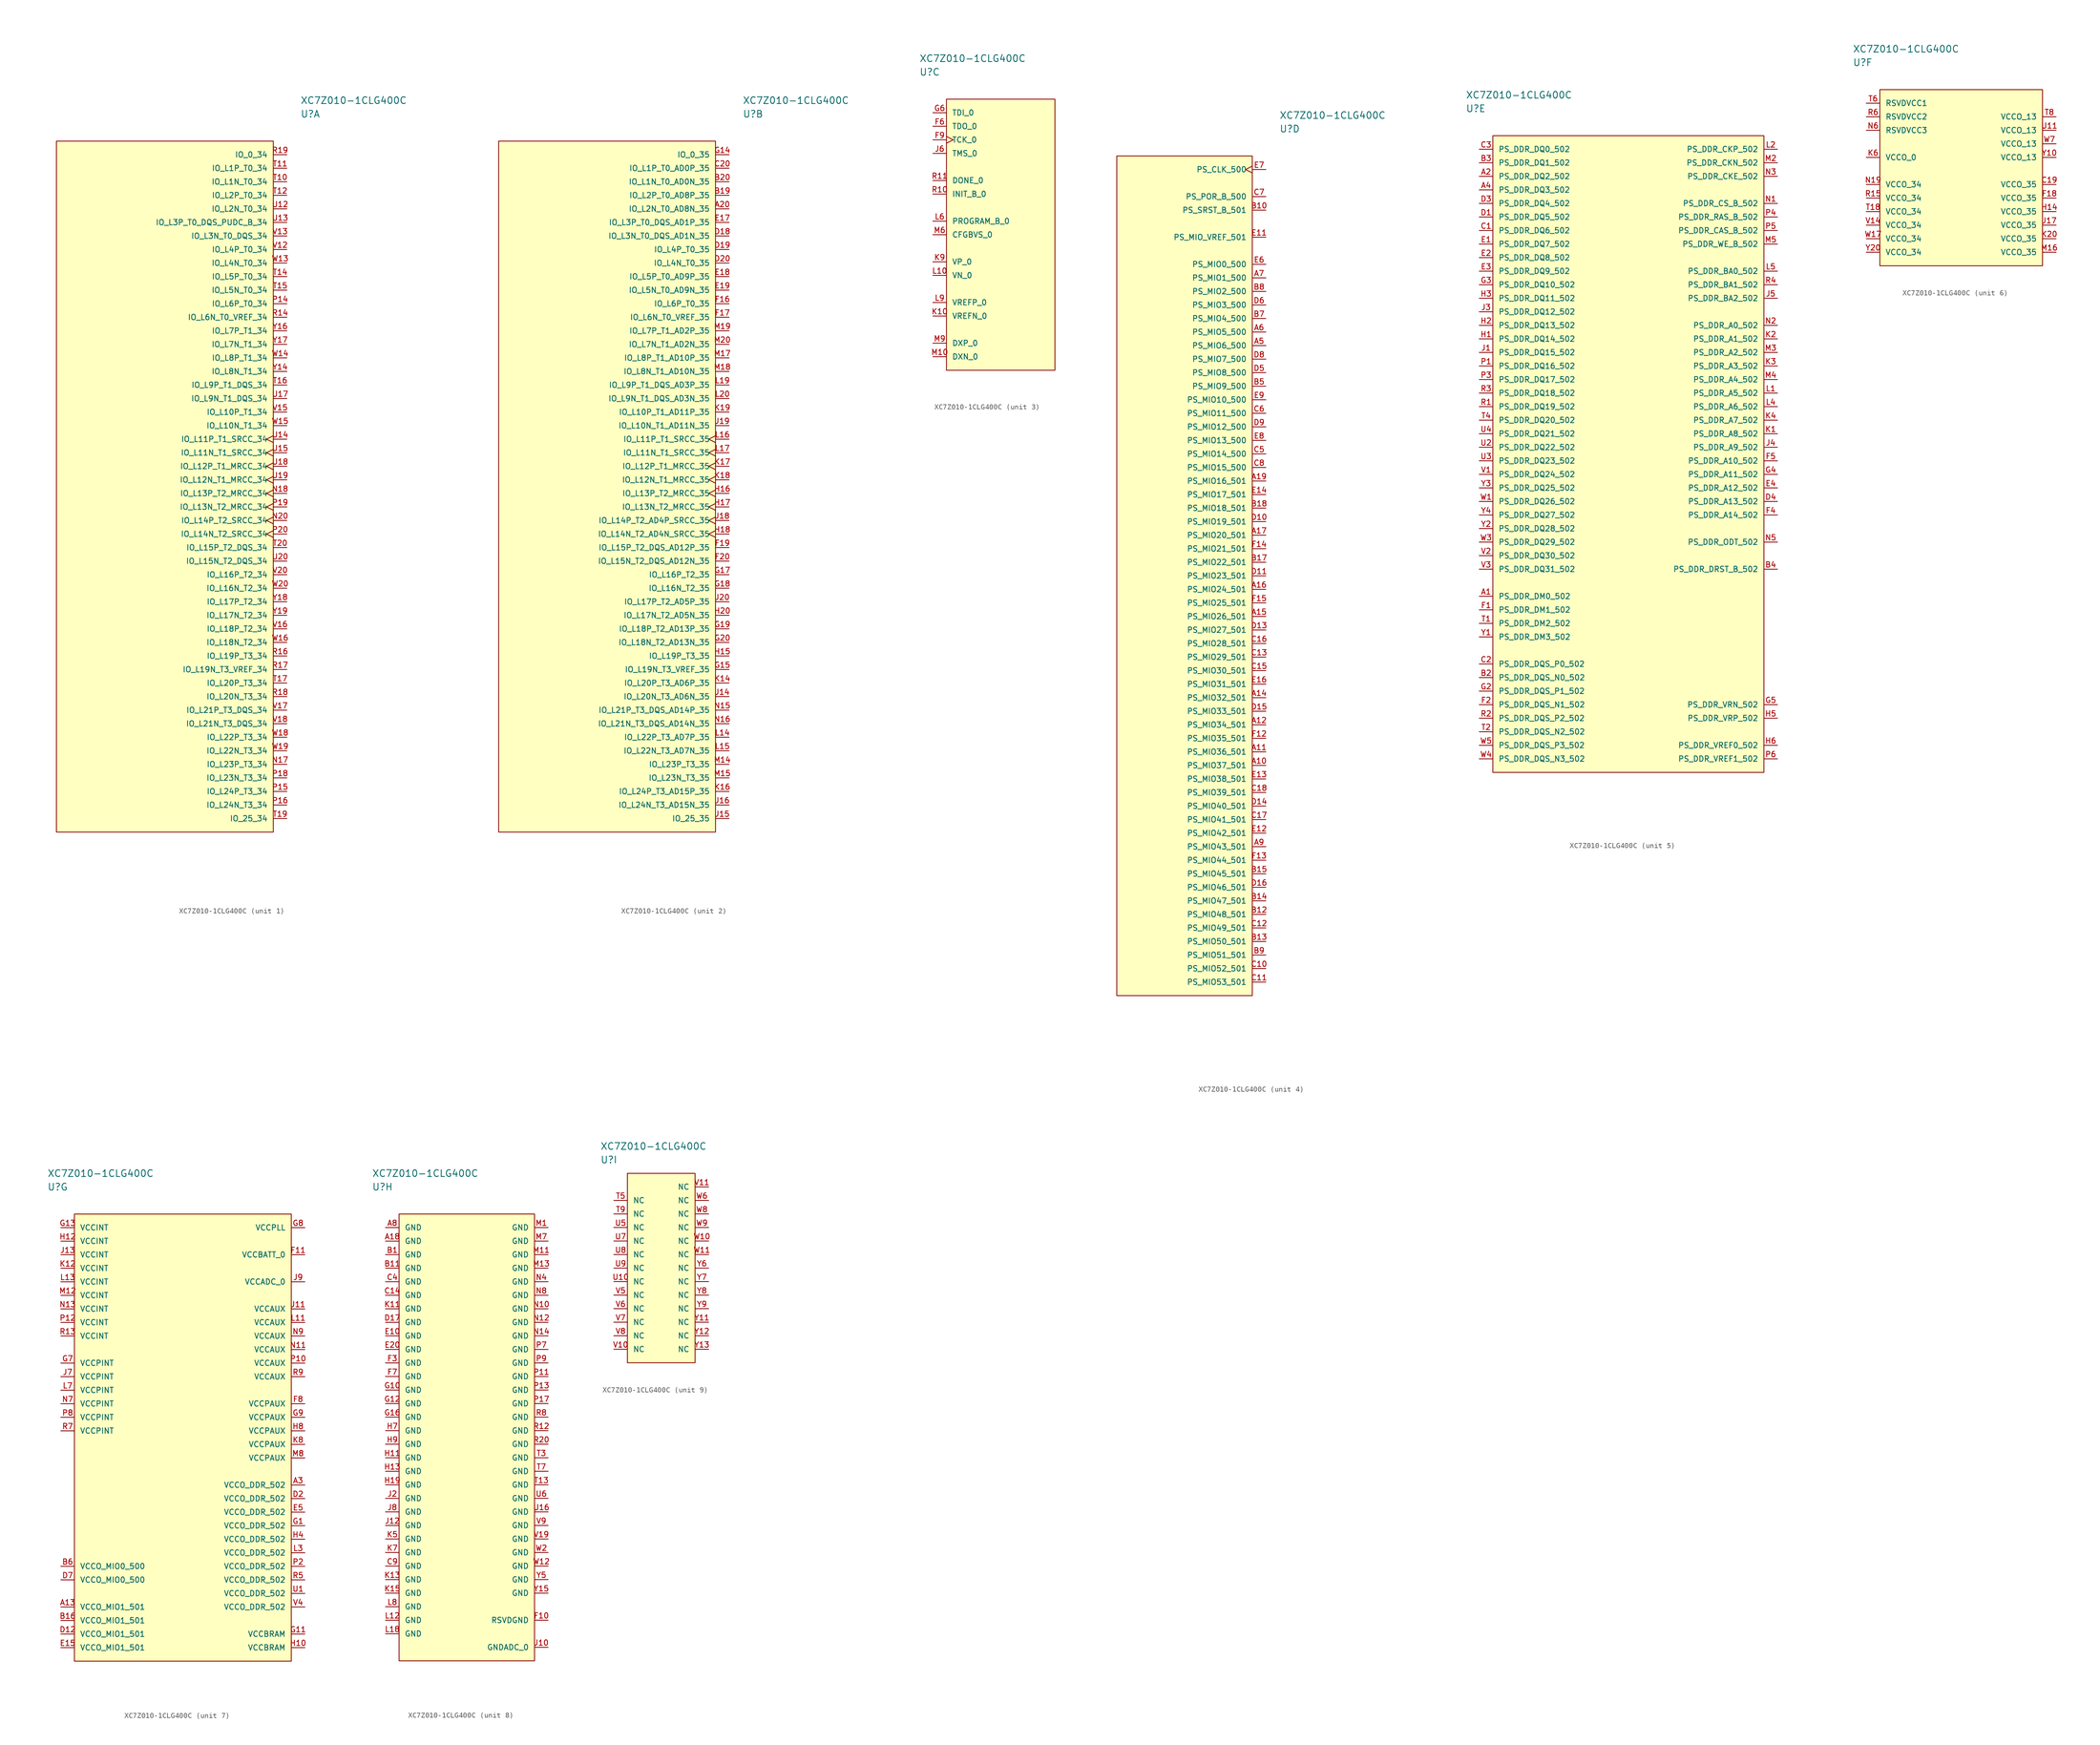
<source format=kicad_sym>
(kicad_symbol_lib
  (version 20211014)
  (generator kicad_symbol_editor)
  (symbol "XC7Z010-1CLG400C"
    (pin_names
      (offset 1.016))
    (property "Reference" "U"
      (at 0 7.62 0)
      (effects (font (size 1.27 1.27)) (justify left)))
    (property "Value" "XC7Z010-1CLG400C"
      (at 0 10.16 0)
      (effects (font (size 1.27 1.27)) (justify left)))
    (property "ki_locked" ""
      (at 0 0 0)
      (effects (font (size 1.27 1.27))))
    (symbol "XC7Z010-1CLG400C_1_1"
      (rectangle (start -45.72 2.54) (end -5.08 -127) (stroke (width 0) (type default) (color 0 0 0 0)) (fill (type background)))
      (pin bidirectional line (at -2.54 -114.3 180) (length 2.54) (name "IO_L23P_T3_34" (effects (font (size 1.016 1.016)))) (number "N17" (effects (font (size 1.016 1.016)))))
      (pin bidirectional clock (at -2.54 -63.5 180) (length 2.54) (name "IO_L13P_T2_MRCC_34" (effects (font (size 1.016 1.016)))) (number "N18" (effects (font (size 1.016 1.016)))))
      (pin bidirectional clock (at -2.54 -68.58 180) (length 2.54) (name "IO_L14P_T2_SRCC_34" (effects (font (size 1.016 1.016)))) (number "N20" (effects (font (size 1.016 1.016)))))
      (pin bidirectional line (at -2.54 -27.94 180) (length 2.54) (name "IO_L6P_T0_34" (effects (font (size 1.016 1.016)))) (number "P14" (effects (font (size 1.016 1.016)))))
      (pin bidirectional line (at -2.54 -119.38 180) (length 2.54) (name "IO_L24P_T3_34" (effects (font (size 1.016 1.016)))) (number "P15" (effects (font (size 1.016 1.016)))))
      (pin bidirectional line (at -2.54 -121.92 180) (length 2.54) (name "IO_L24N_T3_34" (effects (font (size 1.016 1.016)))) (number "P16" (effects (font (size 1.016 1.016)))))
      (pin bidirectional line (at -2.54 -116.84 180) (length 2.54) (name "IO_L23N_T3_34" (effects (font (size 1.016 1.016)))) (number "P18" (effects (font (size 1.016 1.016)))))
      (pin bidirectional clock (at -2.54 -66.04 180) (length 2.54) (name "IO_L13N_T2_MRCC_34" (effects (font (size 1.016 1.016)))) (number "P19" (effects (font (size 1.016 1.016)))))
      (pin bidirectional clock (at -2.54 -71.12 180) (length 2.54) (name "IO_L14N_T2_SRCC_34" (effects (font (size 1.016 1.016)))) (number "P20" (effects (font (size 1.016 1.016)))))
      (pin bidirectional line (at -2.54 -30.48 180) (length 2.54) (name "IO_L6N_T0_VREF_34" (effects (font (size 1.016 1.016)))) (number "R14" (effects (font (size 1.016 1.016)))))
      (pin bidirectional line (at -2.54 -93.98 180) (length 2.54) (name "IO_L19P_T3_34" (effects (font (size 1.016 1.016)))) (number "R16" (effects (font (size 1.016 1.016)))))
      (pin bidirectional line (at -2.54 -96.52 180) (length 2.54) (name "IO_L19N_T3_VREF_34" (effects (font (size 1.016 1.016)))) (number "R17" (effects (font (size 1.016 1.016)))))
      (pin bidirectional line (at -2.54 -101.6 180) (length 2.54) (name "IO_L20N_T3_34" (effects (font (size 1.016 1.016)))) (number "R18" (effects (font (size 1.016 1.016)))))
      (pin bidirectional line (at -2.54 0 180) (length 2.54) (name "IO_0_34" (effects (font (size 1.016 1.016)))) (number "R19" (effects (font (size 1.016 1.016)))))
      (pin bidirectional line (at -2.54 -5.08 180) (length 2.54) (name "IO_L1N_T0_34" (effects (font (size 1.016 1.016)))) (number "T10" (effects (font (size 1.016 1.016)))))
      (pin bidirectional line (at -2.54 -2.54 180) (length 2.54) (name "IO_L1P_T0_34" (effects (font (size 1.016 1.016)))) (number "T11" (effects (font (size 1.016 1.016)))))
      (pin bidirectional line (at -2.54 -7.62 180) (length 2.54) (name "IO_L2P_T0_34" (effects (font (size 1.016 1.016)))) (number "T12" (effects (font (size 1.016 1.016)))))
      (pin bidirectional line (at -2.54 -22.86 180) (length 2.54) (name "IO_L5P_T0_34" (effects (font (size 1.016 1.016)))) (number "T14" (effects (font (size 1.016 1.016)))))
      (pin bidirectional line (at -2.54 -25.4 180) (length 2.54) (name "IO_L5N_T0_34" (effects (font (size 1.016 1.016)))) (number "T15" (effects (font (size 1.016 1.016)))))
      (pin bidirectional line (at -2.54 -43.18 180) (length 2.54) (name "IO_L9P_T1_DQS_34" (effects (font (size 1.016 1.016)))) (number "T16" (effects (font (size 1.016 1.016)))))
      (pin bidirectional line (at -2.54 -99.06 180) (length 2.54) (name "IO_L20P_T3_34" (effects (font (size 1.016 1.016)))) (number "T17" (effects (font (size 1.016 1.016)))))
      (pin bidirectional line (at -2.54 -124.46 180) (length 2.54) (name "IO_25_34" (effects (font (size 1.016 1.016)))) (number "T19" (effects (font (size 1.016 1.016)))))
      (pin bidirectional line (at -2.54 -73.66 180) (length 2.54) (name "IO_L15P_T2_DQS_34" (effects (font (size 1.016 1.016)))) (number "T20" (effects (font (size 1.016 1.016)))))
      (pin bidirectional line (at -2.54 -10.16 180) (length 2.54) (name "IO_L2N_T0_34" (effects (font (size 1.016 1.016)))) (number "U12" (effects (font (size 1.016 1.016)))))
      (pin bidirectional line (at -2.54 -12.7 180) (length 2.54) (name "IO_L3P_T0_DQS_PUDC_B_34" (effects (font (size 1.016 1.016)))) (number "U13" (effects (font (size 1.016 1.016)))))
      (pin bidirectional clock (at -2.54 -53.34 180) (length 2.54) (name "IO_L11P_T1_SRCC_34" (effects (font (size 1.016 1.016)))) (number "U14" (effects (font (size 1.016 1.016)))))
      (pin bidirectional clock (at -2.54 -55.88 180) (length 2.54) (name "IO_L11N_T1_SRCC_34" (effects (font (size 1.016 1.016)))) (number "U15" (effects (font (size 1.016 1.016)))))
      (pin bidirectional line (at -2.54 -45.72 180) (length 2.54) (name "IO_L9N_T1_DQS_34" (effects (font (size 1.016 1.016)))) (number "U17" (effects (font (size 1.016 1.016)))))
      (pin bidirectional clock (at -2.54 -58.42 180) (length 2.54) (name "IO_L12P_T1_MRCC_34" (effects (font (size 1.016 1.016)))) (number "U18" (effects (font (size 1.016 1.016)))))
      (pin bidirectional clock (at -2.54 -60.96 180) (length 2.54) (name "IO_L12N_T1_MRCC_34" (effects (font (size 1.016 1.016)))) (number "U19" (effects (font (size 1.016 1.016)))))
      (pin bidirectional line (at -2.54 -76.2 180) (length 2.54) (name "IO_L15N_T2_DQS_34" (effects (font (size 1.016 1.016)))) (number "U20" (effects (font (size 1.016 1.016)))))
      (pin bidirectional line (at -2.54 -17.78 180) (length 2.54) (name "IO_L4P_T0_34" (effects (font (size 1.016 1.016)))) (number "V12" (effects (font (size 1.016 1.016)))))
      (pin bidirectional line (at -2.54 -15.24 180) (length 2.54) (name "IO_L3N_T0_DQS_34" (effects (font (size 1.016 1.016)))) (number "V13" (effects (font (size 1.016 1.016)))))
      (pin bidirectional line (at -2.54 -48.26 180) (length 2.54) (name "IO_L10P_T1_34" (effects (font (size 1.016 1.016)))) (number "V15" (effects (font (size 1.016 1.016)))))
      (pin bidirectional line (at -2.54 -88.9 180) (length 2.54) (name "IO_L18P_T2_34" (effects (font (size 1.016 1.016)))) (number "V16" (effects (font (size 1.016 1.016)))))
      (pin bidirectional line (at -2.54 -104.14 180) (length 2.54) (name "IO_L21P_T3_DQS_34" (effects (font (size 1.016 1.016)))) (number "V17" (effects (font (size 1.016 1.016)))))
      (pin bidirectional line (at -2.54 -106.68 180) (length 2.54) (name "IO_L21N_T3_DQS_34" (effects (font (size 1.016 1.016)))) (number "V18" (effects (font (size 1.016 1.016)))))
      (pin bidirectional line (at -2.54 -78.74 180) (length 2.54) (name "IO_L16P_T2_34" (effects (font (size 1.016 1.016)))) (number "V20" (effects (font (size 1.016 1.016)))))
      (pin bidirectional line (at -2.54 -20.32 180) (length 2.54) (name "IO_L4N_T0_34" (effects (font (size 1.016 1.016)))) (number "W13" (effects (font (size 1.016 1.016)))))
      (pin bidirectional line (at -2.54 -38.1 180) (length 2.54) (name "IO_L8P_T1_34" (effects (font (size 1.016 1.016)))) (number "W14" (effects (font (size 1.016 1.016)))))
      (pin bidirectional line (at -2.54 -50.8 180) (length 2.54) (name "IO_L10N_T1_34" (effects (font (size 1.016 1.016)))) (number "W15" (effects (font (size 1.016 1.016)))))
      (pin bidirectional line (at -2.54 -91.44 180) (length 2.54) (name "IO_L18N_T2_34" (effects (font (size 1.016 1.016)))) (number "W16" (effects (font (size 1.016 1.016)))))
      (pin bidirectional line (at -2.54 -109.22 180) (length 2.54) (name "IO_L22P_T3_34" (effects (font (size 1.016 1.016)))) (number "W18" (effects (font (size 1.016 1.016)))))
      (pin bidirectional line (at -2.54 -111.76 180) (length 2.54) (name "IO_L22N_T3_34" (effects (font (size 1.016 1.016)))) (number "W19" (effects (font (size 1.016 1.016)))))
      (pin bidirectional line (at -2.54 -81.28 180) (length 2.54) (name "IO_L16N_T2_34" (effects (font (size 1.016 1.016)))) (number "W20" (effects (font (size 1.016 1.016)))))
      (pin bidirectional line (at -2.54 -40.64 180) (length 2.54) (name "IO_L8N_T1_34" (effects (font (size 1.016 1.016)))) (number "Y14" (effects (font (size 1.016 1.016)))))
      (pin bidirectional line (at -2.54 -33.02 180) (length 2.54) (name "IO_L7P_T1_34" (effects (font (size 1.016 1.016)))) (number "Y16" (effects (font (size 1.016 1.016)))))
      (pin bidirectional line (at -2.54 -35.56 180) (length 2.54) (name "IO_L7N_T1_34" (effects (font (size 1.016 1.016)))) (number "Y17" (effects (font (size 1.016 1.016)))))
      (pin bidirectional line (at -2.54 -83.82 180) (length 2.54) (name "IO_L17P_T2_34" (effects (font (size 1.016 1.016)))) (number "Y18" (effects (font (size 1.016 1.016)))))
      (pin bidirectional line (at -2.54 -86.36 180) (length 2.54) (name "IO_L17N_T2_34" (effects (font (size 1.016 1.016)))) (number "Y19" (effects (font (size 1.016 1.016))))))
    (symbol "XC7Z010-1CLG400C_2_1"
      (rectangle (start -45.72 2.54) (end -5.08 -127) (stroke (width 0) (type default) (color 0 0 0 0)) (fill (type background)))
      (pin bidirectional line (at -2.54 -10.16 180) (length 2.54) (name "IO_L2N_T0_AD8N_35" (effects (font (size 1.016 1.016)))) (number "A20" (effects (font (size 1.016 1.016)))))
      (pin bidirectional line (at -2.54 -7.62 180) (length 2.54) (name "IO_L2P_T0_AD8P_35" (effects (font (size 1.016 1.016)))) (number "B19" (effects (font (size 1.016 1.016)))))
      (pin bidirectional line (at -2.54 -5.08 180) (length 2.54) (name "IO_L1N_T0_AD0N_35" (effects (font (size 1.016 1.016)))) (number "B20" (effects (font (size 1.016 1.016)))))
      (pin bidirectional line (at -2.54 -2.54 180) (length 2.54) (name "IO_L1P_T0_AD0P_35" (effects (font (size 1.016 1.016)))) (number "C20" (effects (font (size 1.016 1.016)))))
      (pin bidirectional line (at -2.54 -15.24 180) (length 2.54) (name "IO_L3N_T0_DQS_AD1N_35" (effects (font (size 1.016 1.016)))) (number "D18" (effects (font (size 1.016 1.016)))))
      (pin bidirectional line (at -2.54 -17.78 180) (length 2.54) (name "IO_L4P_T0_35" (effects (font (size 1.016 1.016)))) (number "D19" (effects (font (size 1.016 1.016)))))
      (pin bidirectional line (at -2.54 -20.32 180) (length 2.54) (name "IO_L4N_T0_35" (effects (font (size 1.016 1.016)))) (number "D20" (effects (font (size 1.016 1.016)))))
      (pin bidirectional line (at -2.54 -12.7 180) (length 2.54) (name "IO_L3P_T0_DQS_AD1P_35" (effects (font (size 1.016 1.016)))) (number "E17" (effects (font (size 1.016 1.016)))))
      (pin bidirectional line (at -2.54 -22.86 180) (length 2.54) (name "IO_L5P_T0_AD9P_35" (effects (font (size 1.016 1.016)))) (number "E18" (effects (font (size 1.016 1.016)))))
      (pin bidirectional line (at -2.54 -25.4 180) (length 2.54) (name "IO_L5N_T0_AD9N_35" (effects (font (size 1.016 1.016)))) (number "E19" (effects (font (size 1.016 1.016)))))
      (pin bidirectional line (at -2.54 -27.94 180) (length 2.54) (name "IO_L6P_T0_35" (effects (font (size 1.016 1.016)))) (number "F16" (effects (font (size 1.016 1.016)))))
      (pin bidirectional line (at -2.54 -30.48 180) (length 2.54) (name "IO_L6N_T0_VREF_35" (effects (font (size 1.016 1.016)))) (number "F17" (effects (font (size 1.016 1.016)))))
      (pin bidirectional line (at -2.54 -73.66 180) (length 2.54) (name "IO_L15P_T2_DQS_AD12P_35" (effects (font (size 1.016 1.016)))) (number "F19" (effects (font (size 1.016 1.016)))))
      (pin bidirectional line (at -2.54 -76.2 180) (length 2.54) (name "IO_L15N_T2_DQS_AD12N_35" (effects (font (size 1.016 1.016)))) (number "F20" (effects (font (size 1.016 1.016)))))
      (pin bidirectional line (at -2.54 0 180) (length 2.54) (name "IO_0_35" (effects (font (size 1.016 1.016)))) (number "G14" (effects (font (size 1.016 1.016)))))
      (pin bidirectional line (at -2.54 -96.52 180) (length 2.54) (name "IO_L19N_T3_VREF_35" (effects (font (size 1.016 1.016)))) (number "G15" (effects (font (size 1.016 1.016)))))
      (pin bidirectional line (at -2.54 -78.74 180) (length 2.54) (name "IO_L16P_T2_35" (effects (font (size 1.016 1.016)))) (number "G17" (effects (font (size 1.016 1.016)))))
      (pin bidirectional line (at -2.54 -81.28 180) (length 2.54) (name "IO_L16N_T2_35" (effects (font (size 1.016 1.016)))) (number "G18" (effects (font (size 1.016 1.016)))))
      (pin bidirectional line (at -2.54 -88.9 180) (length 2.54) (name "IO_L18P_T2_AD13P_35" (effects (font (size 1.016 1.016)))) (number "G19" (effects (font (size 1.016 1.016)))))
      (pin bidirectional line (at -2.54 -91.44 180) (length 2.54) (name "IO_L18N_T2_AD13N_35" (effects (font (size 1.016 1.016)))) (number "G20" (effects (font (size 1.016 1.016)))))
      (pin bidirectional line (at -2.54 -93.98 180) (length 2.54) (name "IO_L19P_T3_35" (effects (font (size 1.016 1.016)))) (number "H15" (effects (font (size 1.016 1.016)))))
      (pin bidirectional clock (at -2.54 -63.5 180) (length 2.54) (name "IO_L13P_T2_MRCC_35" (effects (font (size 1.016 1.016)))) (number "H16" (effects (font (size 1.016 1.016)))))
      (pin bidirectional clock (at -2.54 -66.04 180) (length 2.54) (name "IO_L13N_T2_MRCC_35" (effects (font (size 1.016 1.016)))) (number "H17" (effects (font (size 1.016 1.016)))))
      (pin bidirectional clock (at -2.54 -71.12 180) (length 2.54) (name "IO_L14N_T2_AD4N_SRCC_35" (effects (font (size 1.016 1.016)))) (number "H18" (effects (font (size 1.016 1.016)))))
      (pin bidirectional line (at -2.54 -86.36 180) (length 2.54) (name "IO_L17N_T2_AD5N_35" (effects (font (size 1.016 1.016)))) (number "H20" (effects (font (size 1.016 1.016)))))
      (pin bidirectional line (at -2.54 -101.6 180) (length 2.54) (name "IO_L20N_T3_AD6N_35" (effects (font (size 1.016 1.016)))) (number "J14" (effects (font (size 1.016 1.016)))))
      (pin bidirectional line (at -2.54 -124.46 180) (length 2.54) (name "IO_25_35" (effects (font (size 1.016 1.016)))) (number "J15" (effects (font (size 1.016 1.016)))))
      (pin bidirectional line (at -2.54 -121.92 180) (length 2.54) (name "IO_L24N_T3_AD15N_35" (effects (font (size 1.016 1.016)))) (number "J16" (effects (font (size 1.016 1.016)))))
      (pin bidirectional clock (at -2.54 -68.58 180) (length 2.54) (name "IO_L14P_T2_AD4P_SRCC_35" (effects (font (size 1.016 1.016)))) (number "J18" (effects (font (size 1.016 1.016)))))
      (pin bidirectional line (at -2.54 -50.8 180) (length 2.54) (name "IO_L10N_T1_AD11N_35" (effects (font (size 1.016 1.016)))) (number "J19" (effects (font (size 1.016 1.016)))))
      (pin bidirectional line (at -2.54 -83.82 180) (length 2.54) (name "IO_L17P_T2_AD5P_35" (effects (font (size 1.016 1.016)))) (number "J20" (effects (font (size 1.016 1.016)))))
      (pin bidirectional line (at -2.54 -99.06 180) (length 2.54) (name "IO_L20P_T3_AD6P_35" (effects (font (size 1.016 1.016)))) (number "K14" (effects (font (size 1.016 1.016)))))
      (pin bidirectional line (at -2.54 -119.38 180) (length 2.54) (name "IO_L24P_T3_AD15P_35" (effects (font (size 1.016 1.016)))) (number "K16" (effects (font (size 1.016 1.016)))))
      (pin bidirectional clock (at -2.54 -58.42 180) (length 2.54) (name "IO_L12P_T1_MRCC_35" (effects (font (size 1.016 1.016)))) (number "K17" (effects (font (size 1.016 1.016)))))
      (pin bidirectional clock (at -2.54 -60.96 180) (length 2.54) (name "IO_L12N_T1_MRCC_35" (effects (font (size 1.016 1.016)))) (number "K18" (effects (font (size 1.016 1.016)))))
      (pin bidirectional line (at -2.54 -48.26 180) (length 2.54) (name "IO_L10P_T1_AD11P_35" (effects (font (size 1.016 1.016)))) (number "K19" (effects (font (size 1.016 1.016)))))
      (pin bidirectional line (at -2.54 -109.22 180) (length 2.54) (name "IO_L22P_T3_AD7P_35" (effects (font (size 1.016 1.016)))) (number "L14" (effects (font (size 1.016 1.016)))))
      (pin bidirectional line (at -2.54 -111.76 180) (length 2.54) (name "IO_L22N_T3_AD7N_35" (effects (font (size 1.016 1.016)))) (number "L15" (effects (font (size 1.016 1.016)))))
      (pin bidirectional clock (at -2.54 -53.34 180) (length 2.54) (name "IO_L11P_T1_SRCC_35" (effects (font (size 1.016 1.016)))) (number "L16" (effects (font (size 1.016 1.016)))))
      (pin bidirectional clock (at -2.54 -55.88 180) (length 2.54) (name "IO_L11N_T1_SRCC_35" (effects (font (size 1.016 1.016)))) (number "L17" (effects (font (size 1.016 1.016)))))
      (pin bidirectional line (at -2.54 -43.18 180) (length 2.54) (name "IO_L9P_T1_DQS_AD3P_35" (effects (font (size 1.016 1.016)))) (number "L19" (effects (font (size 1.016 1.016)))))
      (pin bidirectional line (at -2.54 -45.72 180) (length 2.54) (name "IO_L9N_T1_DQS_AD3N_35" (effects (font (size 1.016 1.016)))) (number "L20" (effects (font (size 1.016 1.016)))))
      (pin bidirectional line (at -2.54 -114.3 180) (length 2.54) (name "IO_L23P_T3_35" (effects (font (size 1.016 1.016)))) (number "M14" (effects (font (size 1.016 1.016)))))
      (pin bidirectional line (at -2.54 -116.84 180) (length 2.54) (name "IO_L23N_T3_35" (effects (font (size 1.016 1.016)))) (number "M15" (effects (font (size 1.016 1.016)))))
      (pin bidirectional line (at -2.54 -38.1 180) (length 2.54) (name "IO_L8P_T1_AD10P_35" (effects (font (size 1.016 1.016)))) (number "M17" (effects (font (size 1.016 1.016)))))
      (pin bidirectional line (at -2.54 -40.64 180) (length 2.54) (name "IO_L8N_T1_AD10N_35" (effects (font (size 1.016 1.016)))) (number "M18" (effects (font (size 1.016 1.016)))))
      (pin bidirectional line (at -2.54 -33.02 180) (length 2.54) (name "IO_L7P_T1_AD2P_35" (effects (font (size 1.016 1.016)))) (number "M19" (effects (font (size 1.016 1.016)))))
      (pin bidirectional line (at -2.54 -35.56 180) (length 2.54) (name "IO_L7N_T1_AD2N_35" (effects (font (size 1.016 1.016)))) (number "M20" (effects (font (size 1.016 1.016)))))
      (pin bidirectional line (at -2.54 -104.14 180) (length 2.54) (name "IO_L21P_T3_DQS_AD14P_35" (effects (font (size 1.016 1.016)))) (number "N15" (effects (font (size 1.016 1.016)))))
      (pin bidirectional line (at -2.54 -106.68 180) (length 2.54) (name "IO_L21N_T3_DQS_AD14N_35" (effects (font (size 1.016 1.016)))) (number "N16" (effects (font (size 1.016 1.016))))))
    (symbol "XC7Z010-1CLG400C_3_1"
      (rectangle (start 5.08 2.54) (end 25.4 -48.26) (stroke (width 0) (type default) (color 0 0 0 0)) (fill (type background)))
      (pin output line (at 2.54 -2.54 0) (length 2.54) (name "TDO_0" (effects (font (size 1.016 1.016)))) (number "F6" (effects (font (size 1.016 1.016)))))
      (pin input clock (at 2.54 -5.08 0) (length 2.54) (name "TCK_0" (effects (font (size 1.016 1.016)))) (number "F9" (effects (font (size 1.016 1.016)))))
      (pin input line (at 2.54 0 0) (length 2.54) (name "TDI_0" (effects (font (size 1.016 1.016)))) (number "G6" (effects (font (size 1.016 1.016)))))
      (pin input line (at 2.54 -7.62 0) (length 2.54) (name "TMS_0" (effects (font (size 1.016 1.016)))) (number "J6" (effects (font (size 1.016 1.016)))))
      (pin input line (at 2.54 -38.1 0) (length 2.54) (name "VREFN_0" (effects (font (size 1.016 1.016)))) (number "K10" (effects (font (size 1.016 1.016)))))
      (pin input line (at 2.54 -27.94 0) (length 2.54) (name "VP_0" (effects (font (size 1.016 1.016)))) (number "K9" (effects (font (size 1.016 1.016)))))
      (pin input line (at 2.54 -30.48 0) (length 2.54) (name "VN_0" (effects (font (size 1.016 1.016)))) (number "L10" (effects (font (size 1.016 1.016)))))
      (pin input line (at 2.54 -20.32 0) (length 2.54) (name "PROGRAM_B_0" (effects (font (size 1.016 1.016)))) (number "L6" (effects (font (size 1.016 1.016)))))
      (pin input line (at 2.54 -35.56 0) (length 2.54) (name "VREFP_0" (effects (font (size 1.016 1.016)))) (number "L9" (effects (font (size 1.016 1.016)))))
      (pin input line (at 2.54 -45.72 0) (length 2.54) (name "DXN_0" (effects (font (size 1.016 1.016)))) (number "M10" (effects (font (size 1.016 1.016)))))
      (pin input line (at 2.54 -22.86 0) (length 2.54) (name "CFGBVS_0" (effects (font (size 1.016 1.016)))) (number "M6" (effects (font (size 1.016 1.016)))))
      (pin input line (at 2.54 -43.18 0) (length 2.54) (name "DXP_0" (effects (font (size 1.016 1.016)))) (number "M9" (effects (font (size 1.016 1.016)))))
      (pin bidirectional line (at 2.54 -15.24 0) (length 2.54) (name "INIT_B_0" (effects (font (size 1.016 1.016)))) (number "R10" (effects (font (size 1.016 1.016)))))
      (pin bidirectional line (at 2.54 -12.7 0) (length 2.54) (name "DONE_0" (effects (font (size 1.016 1.016)))) (number "R11" (effects (font (size 1.016 1.016))))))
    (symbol "XC7Z010-1CLG400C_4_1"
      (rectangle (start -30.48 2.54) (end -5.08 -154.94) (stroke (width 0) (type default) (color 0 0 0 0)) (fill (type background)))
      (pin bidirectional line (at -2.54 -111.76 180) (length 2.54) (name "PS_MIO37_501" (effects (font (size 1.016 1.016)))) (number "A10" (effects (font (size 1.016 1.016)))))
      (pin bidirectional line (at -2.54 -109.22 180) (length 2.54) (name "PS_MIO36_501" (effects (font (size 1.016 1.016)))) (number "A11" (effects (font (size 1.016 1.016)))))
      (pin bidirectional line (at -2.54 -104.14 180) (length 2.54) (name "PS_MIO34_501" (effects (font (size 1.016 1.016)))) (number "A12" (effects (font (size 1.016 1.016)))))
      (pin bidirectional line (at -2.54 -99.06 180) (length 2.54) (name "PS_MIO32_501" (effects (font (size 1.016 1.016)))) (number "A14" (effects (font (size 1.016 1.016)))))
      (pin bidirectional line (at -2.54 -83.82 180) (length 2.54) (name "PS_MIO26_501" (effects (font (size 1.016 1.016)))) (number "A15" (effects (font (size 1.016 1.016)))))
      (pin bidirectional line (at -2.54 -78.74 180) (length 2.54) (name "PS_MIO24_501" (effects (font (size 1.016 1.016)))) (number "A16" (effects (font (size 1.016 1.016)))))
      (pin bidirectional line (at -2.54 -68.58 180) (length 2.54) (name "PS_MIO20_501" (effects (font (size 1.016 1.016)))) (number "A17" (effects (font (size 1.016 1.016)))))
      (pin bidirectional line (at -2.54 -58.42 180) (length 2.54) (name "PS_MIO16_501" (effects (font (size 1.016 1.016)))) (number "A19" (effects (font (size 1.016 1.016)))))
      (pin bidirectional line (at -2.54 -33.02 180) (length 2.54) (name "PS_MIO6_500" (effects (font (size 1.016 1.016)))) (number "A5" (effects (font (size 1.016 1.016)))))
      (pin bidirectional line (at -2.54 -30.48 180) (length 2.54) (name "PS_MIO5_500" (effects (font (size 1.016 1.016)))) (number "A6" (effects (font (size 1.016 1.016)))))
      (pin bidirectional line (at -2.54 -20.32 180) (length 2.54) (name "PS_MIO1_500" (effects (font (size 1.016 1.016)))) (number "A7" (effects (font (size 1.016 1.016)))))
      (pin bidirectional line (at -2.54 -127 180) (length 2.54) (name "PS_MIO43_501" (effects (font (size 1.016 1.016)))) (number "A9" (effects (font (size 1.016 1.016)))))
      (pin input line (at -2.54 -7.62 180) (length 2.54) (name "PS_SRST_B_501" (effects (font (size 1.016 1.016)))) (number "B10" (effects (font (size 1.016 1.016)))))
      (pin bidirectional line (at -2.54 -139.7 180) (length 2.54) (name "PS_MIO48_501" (effects (font (size 1.016 1.016)))) (number "B12" (effects (font (size 1.016 1.016)))))
      (pin bidirectional line (at -2.54 -144.78 180) (length 2.54) (name "PS_MIO50_501" (effects (font (size 1.016 1.016)))) (number "B13" (effects (font (size 1.016 1.016)))))
      (pin bidirectional line (at -2.54 -137.16 180) (length 2.54) (name "PS_MIO47_501" (effects (font (size 1.016 1.016)))) (number "B14" (effects (font (size 1.016 1.016)))))
      (pin bidirectional line (at -2.54 -132.08 180) (length 2.54) (name "PS_MIO45_501" (effects (font (size 1.016 1.016)))) (number "B15" (effects (font (size 1.016 1.016)))))
      (pin bidirectional line (at -2.54 -73.66 180) (length 2.54) (name "PS_MIO22_501" (effects (font (size 1.016 1.016)))) (number "B17" (effects (font (size 1.016 1.016)))))
      (pin bidirectional line (at -2.54 -63.5 180) (length 2.54) (name "PS_MIO18_501" (effects (font (size 1.016 1.016)))) (number "B18" (effects (font (size 1.016 1.016)))))
      (pin bidirectional line (at -2.54 -40.64 180) (length 2.54) (name "PS_MIO9_500" (effects (font (size 1.016 1.016)))) (number "B5" (effects (font (size 1.016 1.016)))))
      (pin bidirectional line (at -2.54 -27.94 180) (length 2.54) (name "PS_MIO4_500" (effects (font (size 1.016 1.016)))) (number "B7" (effects (font (size 1.016 1.016)))))
      (pin bidirectional line (at -2.54 -22.86 180) (length 2.54) (name "PS_MIO2_500" (effects (font (size 1.016 1.016)))) (number "B8" (effects (font (size 1.016 1.016)))))
      (pin bidirectional line (at -2.54 -147.32 180) (length 2.54) (name "PS_MIO51_501" (effects (font (size 1.016 1.016)))) (number "B9" (effects (font (size 1.016 1.016)))))
      (pin bidirectional line (at -2.54 -149.86 180) (length 2.54) (name "PS_MIO52_501" (effects (font (size 1.016 1.016)))) (number "C10" (effects (font (size 1.016 1.016)))))
      (pin bidirectional line (at -2.54 -152.4 180) (length 2.54) (name "PS_MIO53_501" (effects (font (size 1.016 1.016)))) (number "C11" (effects (font (size 1.016 1.016)))))
      (pin bidirectional line (at -2.54 -142.24 180) (length 2.54) (name "PS_MIO49_501" (effects (font (size 1.016 1.016)))) (number "C12" (effects (font (size 1.016 1.016)))))
      (pin bidirectional line (at -2.54 -91.44 180) (length 2.54) (name "PS_MIO29_501" (effects (font (size 1.016 1.016)))) (number "C13" (effects (font (size 1.016 1.016)))))
      (pin bidirectional line (at -2.54 -93.98 180) (length 2.54) (name "PS_MIO30_501" (effects (font (size 1.016 1.016)))) (number "C15" (effects (font (size 1.016 1.016)))))
      (pin bidirectional line (at -2.54 -88.9 180) (length 2.54) (name "PS_MIO28_501" (effects (font (size 1.016 1.016)))) (number "C16" (effects (font (size 1.016 1.016)))))
      (pin bidirectional line (at -2.54 -121.92 180) (length 2.54) (name "PS_MIO41_501" (effects (font (size 1.016 1.016)))) (number "C17" (effects (font (size 1.016 1.016)))))
      (pin bidirectional line (at -2.54 -116.84 180) (length 2.54) (name "PS_MIO39_501" (effects (font (size 1.016 1.016)))) (number "C18" (effects (font (size 1.016 1.016)))))
      (pin bidirectional line (at -2.54 -53.34 180) (length 2.54) (name "PS_MIO14_500" (effects (font (size 1.016 1.016)))) (number "C5" (effects (font (size 1.016 1.016)))))
      (pin bidirectional line (at -2.54 -45.72 180) (length 2.54) (name "PS_MIO11_500" (effects (font (size 1.016 1.016)))) (number "C6" (effects (font (size 1.016 1.016)))))
      (pin input line (at -2.54 -5.08 180) (length 2.54) (name "PS_POR_B_500" (effects (font (size 1.016 1.016)))) (number "C7" (effects (font (size 1.016 1.016)))))
      (pin bidirectional line (at -2.54 -55.88 180) (length 2.54) (name "PS_MIO15_500" (effects (font (size 1.016 1.016)))) (number "C8" (effects (font (size 1.016 1.016)))))
      (pin bidirectional line (at -2.54 -66.04 180) (length 2.54) (name "PS_MIO19_501" (effects (font (size 1.016 1.016)))) (number "D10" (effects (font (size 1.016 1.016)))))
      (pin bidirectional line (at -2.54 -76.2 180) (length 2.54) (name "PS_MIO23_501" (effects (font (size 1.016 1.016)))) (number "D11" (effects (font (size 1.016 1.016)))))
      (pin bidirectional line (at -2.54 -86.36 180) (length 2.54) (name "PS_MIO27_501" (effects (font (size 1.016 1.016)))) (number "D13" (effects (font (size 1.016 1.016)))))
      (pin bidirectional line (at -2.54 -119.38 180) (length 2.54) (name "PS_MIO40_501" (effects (font (size 1.016 1.016)))) (number "D14" (effects (font (size 1.016 1.016)))))
      (pin bidirectional line (at -2.54 -101.6 180) (length 2.54) (name "PS_MIO33_501" (effects (font (size 1.016 1.016)))) (number "D15" (effects (font (size 1.016 1.016)))))
      (pin bidirectional line (at -2.54 -134.62 180) (length 2.54) (name "PS_MIO46_501" (effects (font (size 1.016 1.016)))) (number "D16" (effects (font (size 1.016 1.016)))))
      (pin bidirectional line (at -2.54 -38.1 180) (length 2.54) (name "PS_MIO8_500" (effects (font (size 1.016 1.016)))) (number "D5" (effects (font (size 1.016 1.016)))))
      (pin bidirectional line (at -2.54 -25.4 180) (length 2.54) (name "PS_MIO3_500" (effects (font (size 1.016 1.016)))) (number "D6" (effects (font (size 1.016 1.016)))))
      (pin bidirectional line (at -2.54 -35.56 180) (length 2.54) (name "PS_MIO7_500" (effects (font (size 1.016 1.016)))) (number "D8" (effects (font (size 1.016 1.016)))))
      (pin bidirectional line (at -2.54 -48.26 180) (length 2.54) (name "PS_MIO12_500" (effects (font (size 1.016 1.016)))) (number "D9" (effects (font (size 1.016 1.016)))))
      (pin input line (at -2.54 -12.7 180) (length 2.54) (name "PS_MIO_VREF_501" (effects (font (size 1.016 1.016)))) (number "E11" (effects (font (size 1.016 1.016)))))
      (pin bidirectional line (at -2.54 -124.46 180) (length 2.54) (name "PS_MIO42_501" (effects (font (size 1.016 1.016)))) (number "E12" (effects (font (size 1.016 1.016)))))
      (pin bidirectional line (at -2.54 -114.3 180) (length 2.54) (name "PS_MIO38_501" (effects (font (size 1.016 1.016)))) (number "E13" (effects (font (size 1.016 1.016)))))
      (pin bidirectional line (at -2.54 -60.96 180) (length 2.54) (name "PS_MIO17_501" (effects (font (size 1.016 1.016)))) (number "E14" (effects (font (size 1.016 1.016)))))
      (pin bidirectional line (at -2.54 -96.52 180) (length 2.54) (name "PS_MIO31_501" (effects (font (size 1.016 1.016)))) (number "E16" (effects (font (size 1.016 1.016)))))
      (pin bidirectional line (at -2.54 -17.78 180) (length 2.54) (name "PS_MIO0_500" (effects (font (size 1.016 1.016)))) (number "E6" (effects (font (size 1.016 1.016)))))
      (pin input clock (at -2.54 0 180) (length 2.54) (name "PS_CLK_500" (effects (font (size 1.016 1.016)))) (number "E7" (effects (font (size 1.016 1.016)))))
      (pin bidirectional line (at -2.54 -50.8 180) (length 2.54) (name "PS_MIO13_500" (effects (font (size 1.016 1.016)))) (number "E8" (effects (font (size 1.016 1.016)))))
      (pin bidirectional line (at -2.54 -43.18 180) (length 2.54) (name "PS_MIO10_500" (effects (font (size 1.016 1.016)))) (number "E9" (effects (font (size 1.016 1.016)))))
      (pin bidirectional line (at -2.54 -106.68 180) (length 2.54) (name "PS_MIO35_501" (effects (font (size 1.016 1.016)))) (number "F12" (effects (font (size 1.016 1.016)))))
      (pin bidirectional line (at -2.54 -129.54 180) (length 2.54) (name "PS_MIO44_501" (effects (font (size 1.016 1.016)))) (number "F13" (effects (font (size 1.016 1.016)))))
      (pin bidirectional line (at -2.54 -71.12 180) (length 2.54) (name "PS_MIO21_501" (effects (font (size 1.016 1.016)))) (number "F14" (effects (font (size 1.016 1.016)))))
      (pin bidirectional line (at -2.54 -81.28 180) (length 2.54) (name "PS_MIO25_501" (effects (font (size 1.016 1.016)))) (number "F15" (effects (font (size 1.016 1.016))))))
    (symbol "XC7Z010-1CLG400C_5_1"
      (rectangle (start 5.08 2.54) (end 55.88 -116.84) (stroke (width 0) (type default) (color 0 0 0 0)) (fill (type background)))
      (pin output line (at 2.54 -83.82 0) (length 2.54) (name "PS_DDR_DM0_502" (effects (font (size 1.016 1.016)))) (number "A1" (effects (font (size 1.016 1.016)))))
      (pin bidirectional line (at 2.54 -5.08 0) (length 2.54) (name "PS_DDR_DQ2_502" (effects (font (size 1.016 1.016)))) (number "A2" (effects (font (size 1.016 1.016)))))
      (pin bidirectional line (at 2.54 -7.62 0) (length 2.54) (name "PS_DDR_DQ3_502" (effects (font (size 1.016 1.016)))) (number "A4" (effects (font (size 1.016 1.016)))))
      (pin bidirectional line (at 2.54 -99.06 0) (length 2.54) (name "PS_DDR_DQS_N0_502" (effects (font (size 1.016 1.016)))) (number "B2" (effects (font (size 1.016 1.016)))))
      (pin bidirectional line (at 2.54 -2.54 0) (length 2.54) (name "PS_DDR_DQ1_502" (effects (font (size 1.016 1.016)))) (number "B3" (effects (font (size 1.016 1.016)))))
      (pin output line (at 58.42 -78.74 180) (length 2.54) (name "PS_DDR_DRST_B_502" (effects (font (size 1.016 1.016)))) (number "B4" (effects (font (size 1.016 1.016)))))
      (pin bidirectional line (at 2.54 -15.24 0) (length 2.54) (name "PS_DDR_DQ6_502" (effects (font (size 1.016 1.016)))) (number "C1" (effects (font (size 1.016 1.016)))))
      (pin bidirectional line (at 2.54 -96.52 0) (length 2.54) (name "PS_DDR_DQS_P0_502" (effects (font (size 1.016 1.016)))) (number "C2" (effects (font (size 1.016 1.016)))))
      (pin bidirectional line (at 2.54 0 0) (length 2.54) (name "PS_DDR_DQ0_502" (effects (font (size 1.016 1.016)))) (number "C3" (effects (font (size 1.016 1.016)))))
      (pin bidirectional line (at 2.54 -12.7 0) (length 2.54) (name "PS_DDR_DQ5_502" (effects (font (size 1.016 1.016)))) (number "D1" (effects (font (size 1.016 1.016)))))
      (pin bidirectional line (at 2.54 -10.16 0) (length 2.54) (name "PS_DDR_DQ4_502" (effects (font (size 1.016 1.016)))) (number "D3" (effects (font (size 1.016 1.016)))))
      (pin output line (at 58.42 -66.04 180) (length 2.54) (name "PS_DDR_A13_502" (effects (font (size 1.016 1.016)))) (number "D4" (effects (font (size 1.016 1.016)))))
      (pin bidirectional line (at 2.54 -17.78 0) (length 2.54) (name "PS_DDR_DQ7_502" (effects (font (size 1.016 1.016)))) (number "E1" (effects (font (size 1.016 1.016)))))
      (pin bidirectional line (at 2.54 -20.32 0) (length 2.54) (name "PS_DDR_DQ8_502" (effects (font (size 1.016 1.016)))) (number "E2" (effects (font (size 1.016 1.016)))))
      (pin bidirectional line (at 2.54 -22.86 0) (length 2.54) (name "PS_DDR_DQ9_502" (effects (font (size 1.016 1.016)))) (number "E3" (effects (font (size 1.016 1.016)))))
      (pin output line (at 58.42 -63.5 180) (length 2.54) (name "PS_DDR_A12_502" (effects (font (size 1.016 1.016)))) (number "E4" (effects (font (size 1.016 1.016)))))
      (pin output line (at 2.54 -86.36 0) (length 2.54) (name "PS_DDR_DM1_502" (effects (font (size 1.016 1.016)))) (number "F1" (effects (font (size 1.016 1.016)))))
      (pin bidirectional line (at 2.54 -104.14 0) (length 2.54) (name "PS_DDR_DQS_N1_502" (effects (font (size 1.016 1.016)))) (number "F2" (effects (font (size 1.016 1.016)))))
      (pin output line (at 58.42 -68.58 180) (length 2.54) (name "PS_DDR_A14_502" (effects (font (size 1.016 1.016)))) (number "F4" (effects (font (size 1.016 1.016)))))
      (pin output line (at 58.42 -58.42 180) (length 2.54) (name "PS_DDR_A10_502" (effects (font (size 1.016 1.016)))) (number "F5" (effects (font (size 1.016 1.016)))))
      (pin bidirectional line (at 2.54 -101.6 0) (length 2.54) (name "PS_DDR_DQS_P1_502" (effects (font (size 1.016 1.016)))) (number "G2" (effects (font (size 1.016 1.016)))))
      (pin bidirectional line (at 2.54 -25.4 0) (length 2.54) (name "PS_DDR_DQ10_502" (effects (font (size 1.016 1.016)))) (number "G3" (effects (font (size 1.016 1.016)))))
      (pin output line (at 58.42 -60.96 180) (length 2.54) (name "PS_DDR_A11_502" (effects (font (size 1.016 1.016)))) (number "G4" (effects (font (size 1.016 1.016)))))
      (pin output line (at 58.42 -104.14 180) (length 2.54) (name "PS_DDR_VRN_502" (effects (font (size 1.016 1.016)))) (number "G5" (effects (font (size 1.016 1.016)))))
      (pin bidirectional line (at 2.54 -35.56 0) (length 2.54) (name "PS_DDR_DQ14_502" (effects (font (size 1.016 1.016)))) (number "H1" (effects (font (size 1.016 1.016)))))
      (pin bidirectional line (at 2.54 -33.02 0) (length 2.54) (name "PS_DDR_DQ13_502" (effects (font (size 1.016 1.016)))) (number "H2" (effects (font (size 1.016 1.016)))))
      (pin bidirectional line (at 2.54 -27.94 0) (length 2.54) (name "PS_DDR_DQ11_502" (effects (font (size 1.016 1.016)))) (number "H3" (effects (font (size 1.016 1.016)))))
      (pin output line (at 58.42 -106.68 180) (length 2.54) (name "PS_DDR_VRP_502" (effects (font (size 1.016 1.016)))) (number "H5" (effects (font (size 1.016 1.016)))))
      (pin input line (at 58.42 -111.76 180) (length 2.54) (name "PS_DDR_VREF0_502" (effects (font (size 1.016 1.016)))) (number "H6" (effects (font (size 1.016 1.016)))))
      (pin bidirectional line (at 2.54 -38.1 0) (length 2.54) (name "PS_DDR_DQ15_502" (effects (font (size 1.016 1.016)))) (number "J1" (effects (font (size 1.016 1.016)))))
      (pin bidirectional line (at 2.54 -30.48 0) (length 2.54) (name "PS_DDR_DQ12_502" (effects (font (size 1.016 1.016)))) (number "J3" (effects (font (size 1.016 1.016)))))
      (pin output line (at 58.42 -55.88 180) (length 2.54) (name "PS_DDR_A9_502" (effects (font (size 1.016 1.016)))) (number "J4" (effects (font (size 1.016 1.016)))))
      (pin output line (at 58.42 -27.94 180) (length 2.54) (name "PS_DDR_BA2_502" (effects (font (size 1.016 1.016)))) (number "J5" (effects (font (size 1.016 1.016)))))
      (pin output line (at 58.42 -53.34 180) (length 2.54) (name "PS_DDR_A8_502" (effects (font (size 1.016 1.016)))) (number "K1" (effects (font (size 1.016 1.016)))))
      (pin output line (at 58.42 -35.56 180) (length 2.54) (name "PS_DDR_A1_502" (effects (font (size 1.016 1.016)))) (number "K2" (effects (font (size 1.016 1.016)))))
      (pin output line (at 58.42 -40.64 180) (length 2.54) (name "PS_DDR_A3_502" (effects (font (size 1.016 1.016)))) (number "K3" (effects (font (size 1.016 1.016)))))
      (pin output line (at 58.42 -50.8 180) (length 2.54) (name "PS_DDR_A7_502" (effects (font (size 1.016 1.016)))) (number "K4" (effects (font (size 1.016 1.016)))))
      (pin output line (at 58.42 -45.72 180) (length 2.54) (name "PS_DDR_A5_502" (effects (font (size 1.016 1.016)))) (number "L1" (effects (font (size 1.016 1.016)))))
      (pin output line (at 58.42 0 180) (length 2.54) (name "PS_DDR_CKP_502" (effects (font (size 1.016 1.016)))) (number "L2" (effects (font (size 1.016 1.016)))))
      (pin output line (at 58.42 -48.26 180) (length 2.54) (name "PS_DDR_A6_502" (effects (font (size 1.016 1.016)))) (number "L4" (effects (font (size 1.016 1.016)))))
      (pin output line (at 58.42 -22.86 180) (length 2.54) (name "PS_DDR_BA0_502" (effects (font (size 1.016 1.016)))) (number "L5" (effects (font (size 1.016 1.016)))))
      (pin output line (at 58.42 -2.54 180) (length 2.54) (name "PS_DDR_CKN_502" (effects (font (size 1.016 1.016)))) (number "M2" (effects (font (size 1.016 1.016)))))
      (pin output line (at 58.42 -38.1 180) (length 2.54) (name "PS_DDR_A2_502" (effects (font (size 1.016 1.016)))) (number "M3" (effects (font (size 1.016 1.016)))))
      (pin output line (at 58.42 -43.18 180) (length 2.54) (name "PS_DDR_A4_502" (effects (font (size 1.016 1.016)))) (number "M4" (effects (font (size 1.016 1.016)))))
      (pin output line (at 58.42 -17.78 180) (length 2.54) (name "PS_DDR_WE_B_502" (effects (font (size 1.016 1.016)))) (number "M5" (effects (font (size 1.016 1.016)))))
      (pin output line (at 58.42 -10.16 180) (length 2.54) (name "PS_DDR_CS_B_502" (effects (font (size 1.016 1.016)))) (number "N1" (effects (font (size 1.016 1.016)))))
      (pin output line (at 58.42 -33.02 180) (length 2.54) (name "PS_DDR_A0_502" (effects (font (size 1.016 1.016)))) (number "N2" (effects (font (size 1.016 1.016)))))
      (pin output line (at 58.42 -5.08 180) (length 2.54) (name "PS_DDR_CKE_502" (effects (font (size 1.016 1.016)))) (number "N3" (effects (font (size 1.016 1.016)))))
      (pin output line (at 58.42 -73.66 180) (length 2.54) (name "PS_DDR_ODT_502" (effects (font (size 1.016 1.016)))) (number "N5" (effects (font (size 1.016 1.016)))))
      (pin bidirectional line (at 2.54 -40.64 0) (length 2.54) (name "PS_DDR_DQ16_502" (effects (font (size 1.016 1.016)))) (number "P1" (effects (font (size 1.016 1.016)))))
      (pin bidirectional line (at 2.54 -43.18 0) (length 2.54) (name "PS_DDR_DQ17_502" (effects (font (size 1.016 1.016)))) (number "P3" (effects (font (size 1.016 1.016)))))
      (pin output line (at 58.42 -12.7 180) (length 2.54) (name "PS_DDR_RAS_B_502" (effects (font (size 1.016 1.016)))) (number "P4" (effects (font (size 1.016 1.016)))))
      (pin output line (at 58.42 -15.24 180) (length 2.54) (name "PS_DDR_CAS_B_502" (effects (font (size 1.016 1.016)))) (number "P5" (effects (font (size 1.016 1.016)))))
      (pin input line (at 58.42 -114.3 180) (length 2.54) (name "PS_DDR_VREF1_502" (effects (font (size 1.016 1.016)))) (number "P6" (effects (font (size 1.016 1.016)))))
      (pin bidirectional line (at 2.54 -48.26 0) (length 2.54) (name "PS_DDR_DQ19_502" (effects (font (size 1.016 1.016)))) (number "R1" (effects (font (size 1.016 1.016)))))
      (pin bidirectional line (at 2.54 -106.68 0) (length 2.54) (name "PS_DDR_DQS_P2_502" (effects (font (size 1.016 1.016)))) (number "R2" (effects (font (size 1.016 1.016)))))
      (pin bidirectional line (at 2.54 -45.72 0) (length 2.54) (name "PS_DDR_DQ18_502" (effects (font (size 1.016 1.016)))) (number "R3" (effects (font (size 1.016 1.016)))))
      (pin output line (at 58.42 -25.4 180) (length 2.54) (name "PS_DDR_BA1_502" (effects (font (size 1.016 1.016)))) (number "R4" (effects (font (size 1.016 1.016)))))
      (pin output line (at 2.54 -88.9 0) (length 2.54) (name "PS_DDR_DM2_502" (effects (font (size 1.016 1.016)))) (number "T1" (effects (font (size 1.016 1.016)))))
      (pin bidirectional line (at 2.54 -109.22 0) (length 2.54) (name "PS_DDR_DQS_N2_502" (effects (font (size 1.016 1.016)))) (number "T2" (effects (font (size 1.016 1.016)))))
      (pin bidirectional line (at 2.54 -50.8 0) (length 2.54) (name "PS_DDR_DQ20_502" (effects (font (size 1.016 1.016)))) (number "T4" (effects (font (size 1.016 1.016)))))
      (pin bidirectional line (at 2.54 -55.88 0) (length 2.54) (name "PS_DDR_DQ22_502" (effects (font (size 1.016 1.016)))) (number "U2" (effects (font (size 1.016 1.016)))))
      (pin bidirectional line (at 2.54 -58.42 0) (length 2.54) (name "PS_DDR_DQ23_502" (effects (font (size 1.016 1.016)))) (number "U3" (effects (font (size 1.016 1.016)))))
      (pin bidirectional line (at 2.54 -53.34 0) (length 2.54) (name "PS_DDR_DQ21_502" (effects (font (size 1.016 1.016)))) (number "U4" (effects (font (size 1.016 1.016)))))
      (pin bidirectional line (at 2.54 -60.96 0) (length 2.54) (name "PS_DDR_DQ24_502" (effects (font (size 1.016 1.016)))) (number "V1" (effects (font (size 1.016 1.016)))))
      (pin bidirectional line (at 2.54 -76.2 0) (length 2.54) (name "PS_DDR_DQ30_502" (effects (font (size 1.016 1.016)))) (number "V2" (effects (font (size 1.016 1.016)))))
      (pin bidirectional line (at 2.54 -78.74 0) (length 2.54) (name "PS_DDR_DQ31_502" (effects (font (size 1.016 1.016)))) (number "V3" (effects (font (size 1.016 1.016)))))
      (pin bidirectional line (at 2.54 -66.04 0) (length 2.54) (name "PS_DDR_DQ26_502" (effects (font (size 1.016 1.016)))) (number "W1" (effects (font (size 1.016 1.016)))))
      (pin bidirectional line (at 2.54 -73.66 0) (length 2.54) (name "PS_DDR_DQ29_502" (effects (font (size 1.016 1.016)))) (number "W3" (effects (font (size 1.016 1.016)))))
      (pin bidirectional line (at 2.54 -114.3 0) (length 2.54) (name "PS_DDR_DQS_N3_502" (effects (font (size 1.016 1.016)))) (number "W4" (effects (font (size 1.016 1.016)))))
      (pin bidirectional line (at 2.54 -111.76 0) (length 2.54) (name "PS_DDR_DQS_P3_502" (effects (font (size 1.016 1.016)))) (number "W5" (effects (font (size 1.016 1.016)))))
      (pin output line (at 2.54 -91.44 0) (length 2.54) (name "PS_DDR_DM3_502" (effects (font (size 1.016 1.016)))) (number "Y1" (effects (font (size 1.016 1.016)))))
      (pin bidirectional line (at 2.54 -71.12 0) (length 2.54) (name "PS_DDR_DQ28_502" (effects (font (size 1.016 1.016)))) (number "Y2" (effects (font (size 1.016 1.016)))))
      (pin bidirectional line (at 2.54 -63.5 0) (length 2.54) (name "PS_DDR_DQ25_502" (effects (font (size 1.016 1.016)))) (number "Y3" (effects (font (size 1.016 1.016)))))
      (pin bidirectional line (at 2.54 -68.58 0) (length 2.54) (name "PS_DDR_DQ27_502" (effects (font (size 1.016 1.016)))) (number "Y4" (effects (font (size 1.016 1.016))))))
    (symbol "XC7Z010-1CLG400C_6_1"
      (rectangle (start 5.08 2.54) (end 35.56 -30.48) (stroke (width 0) (type default) (color 0 0 0 0)) (fill (type background)))
      (pin power_in line (at 38.1 -15.24 180) (length 2.54) (name "VCCO_35" (effects (font (size 1.016 1.016)))) (number "C19" (effects (font (size 1.016 1.016)))))
      (pin power_in line (at 38.1 -17.78 180) (length 2.54) (name "VCCO_35" (effects (font (size 1.016 1.016)))) (number "F18" (effects (font (size 1.016 1.016)))))
      (pin power_in line (at 38.1 -20.32 180) (length 2.54) (name "VCCO_35" (effects (font (size 1.016 1.016)))) (number "H14" (effects (font (size 1.016 1.016)))))
      (pin power_in line (at 38.1 -22.86 180) (length 2.54) (name "VCCO_35" (effects (font (size 1.016 1.016)))) (number "J17" (effects (font (size 1.016 1.016)))))
      (pin power_in line (at 38.1 -25.4 180) (length 2.54) (name "VCCO_35" (effects (font (size 1.016 1.016)))) (number "K20" (effects (font (size 1.016 1.016)))))
      (pin power_in line (at 2.54 -10.16 0) (length 2.54) (name "VCCO_0" (effects (font (size 1.016 1.016)))) (number "K6" (effects (font (size 1.016 1.016)))))
      (pin power_in line (at 38.1 -27.94 180) (length 2.54) (name "VCCO_35" (effects (font (size 1.016 1.016)))) (number "M16" (effects (font (size 1.016 1.016)))))
      (pin power_in line (at 2.54 -15.24 0) (length 2.54) (name "VCCO_34" (effects (font (size 1.016 1.016)))) (number "N19" (effects (font (size 1.016 1.016)))))
      (pin power_in line (at 2.54 -5.08 0) (length 2.54) (name "RSVDVCC3" (effects (font (size 1.016 1.016)))) (number "N6" (effects (font (size 1.016 1.016)))))
      (pin power_in line (at 2.54 -17.78 0) (length 2.54) (name "VCCO_34" (effects (font (size 1.016 1.016)))) (number "R15" (effects (font (size 1.016 1.016)))))
      (pin power_in line (at 2.54 -2.54 0) (length 2.54) (name "RSVDVCC2" (effects (font (size 1.016 1.016)))) (number "R6" (effects (font (size 1.016 1.016)))))
      (pin power_in line (at 2.54 -20.32 0) (length 2.54) (name "VCCO_34" (effects (font (size 1.016 1.016)))) (number "T18" (effects (font (size 1.016 1.016)))))
      (pin power_in line (at 2.54 0 0) (length 2.54) (name "RSVDVCC1" (effects (font (size 1.016 1.016)))) (number "T6" (effects (font (size 1.016 1.016)))))
      (pin power_in line (at 38.1 -2.54 180) (length 2.54) (name "VCCO_13" (effects (font (size 1.016 1.016)))) (number "T8" (effects (font (size 1.016 1.016)))))
      (pin power_in line (at 38.1 -5.08 180) (length 2.54) (name "VCCO_13" (effects (font (size 1.016 1.016)))) (number "U11" (effects (font (size 1.016 1.016)))))
      (pin power_in line (at 2.54 -22.86 0) (length 2.54) (name "VCCO_34" (effects (font (size 1.016 1.016)))) (number "V14" (effects (font (size 1.016 1.016)))))
      (pin power_in line (at 2.54 -25.4 0) (length 2.54) (name "VCCO_34" (effects (font (size 1.016 1.016)))) (number "W17" (effects (font (size 1.016 1.016)))))
      (pin power_in line (at 38.1 -7.62 180) (length 2.54) (name "VCCO_13" (effects (font (size 1.016 1.016)))) (number "W7" (effects (font (size 1.016 1.016)))))
      (pin power_in line (at 38.1 -10.16 180) (length 2.54) (name "VCCO_13" (effects (font (size 1.016 1.016)))) (number "Y10" (effects (font (size 1.016 1.016)))))
      (pin power_in line (at 2.54 -27.94 0) (length 2.54) (name "VCCO_34" (effects (font (size 1.016 1.016)))) (number "Y20" (effects (font (size 1.016 1.016))))))
    (symbol "XC7Z010-1CLG400C_7_1"
      (rectangle (start 5.08 2.54) (end 45.72 -81.28) (stroke (width 0) (type default) (color 0 0 0 0)) (fill (type background)))
      (pin power_in line (at 2.54 -71.12 0) (length 2.54) (name "VCCO_MIO1_501" (effects (font (size 1.016 1.016)))) (number "A13" (effects (font (size 1.016 1.016)))))
      (pin power_in line (at 48.26 -48.26 180) (length 2.54) (name "VCCO_DDR_502" (effects (font (size 1.016 1.016)))) (number "A3" (effects (font (size 1.016 1.016)))))
      (pin power_in line (at 2.54 -73.66 0) (length 2.54) (name "VCCO_MIO1_501" (effects (font (size 1.016 1.016)))) (number "B16" (effects (font (size 1.016 1.016)))))
      (pin power_in line (at 2.54 -63.5 0) (length 2.54) (name "VCCO_MIO0_500" (effects (font (size 1.016 1.016)))) (number "B6" (effects (font (size 1.016 1.016)))))
      (pin power_in line (at 2.54 -76.2 0) (length 2.54) (name "VCCO_MIO1_501" (effects (font (size 1.016 1.016)))) (number "D12" (effects (font (size 1.016 1.016)))))
      (pin power_in line (at 48.26 -50.8 180) (length 2.54) (name "VCCO_DDR_502" (effects (font (size 1.016 1.016)))) (number "D2" (effects (font (size 1.016 1.016)))))
      (pin power_in line (at 2.54 -66.04 0) (length 2.54) (name "VCCO_MIO0_500" (effects (font (size 1.016 1.016)))) (number "D7" (effects (font (size 1.016 1.016)))))
      (pin power_in line (at 2.54 -78.74 0) (length 2.54) (name "VCCO_MIO1_501" (effects (font (size 1.016 1.016)))) (number "E15" (effects (font (size 1.016 1.016)))))
      (pin power_in line (at 48.26 -53.34 180) (length 2.54) (name "VCCO_DDR_502" (effects (font (size 1.016 1.016)))) (number "E5" (effects (font (size 1.016 1.016)))))
      (pin power_in line (at 48.26 -5.08 180) (length 2.54) (name "VCCBATT_0" (effects (font (size 1.016 1.016)))) (number "F11" (effects (font (size 1.016 1.016)))))
      (pin power_in line (at 48.26 -33.02 180) (length 2.54) (name "VCCPAUX" (effects (font (size 1.016 1.016)))) (number "F8" (effects (font (size 1.016 1.016)))))
      (pin power_in line (at 48.26 -55.88 180) (length 2.54) (name "VCCO_DDR_502" (effects (font (size 1.016 1.016)))) (number "G1" (effects (font (size 1.016 1.016)))))
      (pin power_in line (at 48.26 -76.2 180) (length 2.54) (name "VCCBRAM" (effects (font (size 1.016 1.016)))) (number "G11" (effects (font (size 1.016 1.016)))))
      (pin power_in line (at 2.54 0 0) (length 2.54) (name "VCCINT" (effects (font (size 1.016 1.016)))) (number "G13" (effects (font (size 1.016 1.016)))))
      (pin power_in line (at 2.54 -25.4 0) (length 2.54) (name "VCCPINT" (effects (font (size 1.016 1.016)))) (number "G7" (effects (font (size 1.016 1.016)))))
      (pin power_in line (at 48.26 0 180) (length 2.54) (name "VCCPLL" (effects (font (size 1.016 1.016)))) (number "G8" (effects (font (size 1.016 1.016)))))
      (pin power_in line (at 48.26 -35.56 180) (length 2.54) (name "VCCPAUX" (effects (font (size 1.016 1.016)))) (number "G9" (effects (font (size 1.016 1.016)))))
      (pin power_in line (at 48.26 -78.74 180) (length 2.54) (name "VCCBRAM" (effects (font (size 1.016 1.016)))) (number "H10" (effects (font (size 1.016 1.016)))))
      (pin power_in line (at 2.54 -2.54 0) (length 2.54) (name "VCCINT" (effects (font (size 1.016 1.016)))) (number "H12" (effects (font (size 1.016 1.016)))))
      (pin power_in line (at 48.26 -58.42 180) (length 2.54) (name "VCCO_DDR_502" (effects (font (size 1.016 1.016)))) (number "H4" (effects (font (size 1.016 1.016)))))
      (pin power_in line (at 48.26 -38.1 180) (length 2.54) (name "VCCPAUX" (effects (font (size 1.016 1.016)))) (number "H8" (effects (font (size 1.016 1.016)))))
      (pin power_in line (at 48.26 -15.24 180) (length 2.54) (name "VCCAUX" (effects (font (size 1.016 1.016)))) (number "J11" (effects (font (size 1.016 1.016)))))
      (pin power_in line (at 2.54 -5.08 0) (length 2.54) (name "VCCINT" (effects (font (size 1.016 1.016)))) (number "J13" (effects (font (size 1.016 1.016)))))
      (pin power_in line (at 2.54 -27.94 0) (length 2.54) (name "VCCPINT" (effects (font (size 1.016 1.016)))) (number "J7" (effects (font (size 1.016 1.016)))))
      (pin power_in line (at 48.26 -10.16 180) (length 2.54) (name "VCCADC_0" (effects (font (size 1.016 1.016)))) (number "J9" (effects (font (size 1.016 1.016)))))
      (pin power_in line (at 2.54 -7.62 0) (length 2.54) (name "VCCINT" (effects (font (size 1.016 1.016)))) (number "K12" (effects (font (size 1.016 1.016)))))
      (pin power_in line (at 48.26 -40.64 180) (length 2.54) (name "VCCPAUX" (effects (font (size 1.016 1.016)))) (number "K8" (effects (font (size 1.016 1.016)))))
      (pin power_in line (at 48.26 -17.78 180) (length 2.54) (name "VCCAUX" (effects (font (size 1.016 1.016)))) (number "L11" (effects (font (size 1.016 1.016)))))
      (pin power_in line (at 2.54 -10.16 0) (length 2.54) (name "VCCINT" (effects (font (size 1.016 1.016)))) (number "L13" (effects (font (size 1.016 1.016)))))
      (pin power_in line (at 48.26 -60.96 180) (length 2.54) (name "VCCO_DDR_502" (effects (font (size 1.016 1.016)))) (number "L3" (effects (font (size 1.016 1.016)))))
      (pin power_in line (at 2.54 -30.48 0) (length 2.54) (name "VCCPINT" (effects (font (size 1.016 1.016)))) (number "L7" (effects (font (size 1.016 1.016)))))
      (pin power_in line (at 2.54 -12.7 0) (length 2.54) (name "VCCINT" (effects (font (size 1.016 1.016)))) (number "M12" (effects (font (size 1.016 1.016)))))
      (pin power_in line (at 48.26 -43.18 180) (length 2.54) (name "VCCPAUX" (effects (font (size 1.016 1.016)))) (number "M8" (effects (font (size 1.016 1.016)))))
      (pin power_in line (at 48.26 -22.86 180) (length 2.54) (name "VCCAUX" (effects (font (size 1.016 1.016)))) (number "N11" (effects (font (size 1.016 1.016)))))
      (pin power_in line (at 2.54 -15.24 0) (length 2.54) (name "VCCINT" (effects (font (size 1.016 1.016)))) (number "N13" (effects (font (size 1.016 1.016)))))
      (pin power_in line (at 2.54 -33.02 0) (length 2.54) (name "VCCPINT" (effects (font (size 1.016 1.016)))) (number "N7" (effects (font (size 1.016 1.016)))))
      (pin power_in line (at 48.26 -20.32 180) (length 2.54) (name "VCCAUX" (effects (font (size 1.016 1.016)))) (number "N9" (effects (font (size 1.016 1.016)))))
      (pin power_in line (at 48.26 -25.4 180) (length 2.54) (name "VCCAUX" (effects (font (size 1.016 1.016)))) (number "P10" (effects (font (size 1.016 1.016)))))
      (pin power_in line (at 2.54 -17.78 0) (length 2.54) (name "VCCINT" (effects (font (size 1.016 1.016)))) (number "P12" (effects (font (size 1.016 1.016)))))
      (pin power_in line (at 48.26 -63.5 180) (length 2.54) (name "VCCO_DDR_502" (effects (font (size 1.016 1.016)))) (number "P2" (effects (font (size 1.016 1.016)))))
      (pin power_in line (at 2.54 -35.56 0) (length 2.54) (name "VCCPINT" (effects (font (size 1.016 1.016)))) (number "P8" (effects (font (size 1.016 1.016)))))
      (pin power_in line (at 2.54 -20.32 0) (length 2.54) (name "VCCINT" (effects (font (size 1.016 1.016)))) (number "R13" (effects (font (size 1.016 1.016)))))
      (pin power_in line (at 48.26 -66.04 180) (length 2.54) (name "VCCO_DDR_502" (effects (font (size 1.016 1.016)))) (number "R5" (effects (font (size 1.016 1.016)))))
      (pin power_in line (at 2.54 -38.1 0) (length 2.54) (name "VCCPINT" (effects (font (size 1.016 1.016)))) (number "R7" (effects (font (size 1.016 1.016)))))
      (pin power_in line (at 48.26 -27.94 180) (length 2.54) (name "VCCAUX" (effects (font (size 1.016 1.016)))) (number "R9" (effects (font (size 1.016 1.016)))))
      (pin power_in line (at 48.26 -68.58 180) (length 2.54) (name "VCCO_DDR_502" (effects (font (size 1.016 1.016)))) (number "U1" (effects (font (size 1.016 1.016)))))
      (pin power_in line (at 48.26 -71.12 180) (length 2.54) (name "VCCO_DDR_502" (effects (font (size 1.016 1.016)))) (number "V4" (effects (font (size 1.016 1.016))))))
    (symbol "XC7Z010-1CLG400C_8_1"
      (rectangle (start 5.08 2.54) (end 30.48 -81.28) (stroke (width 0) (type default) (color 0 0 0 0)) (fill (type background)))
      (pin power_in line (at 2.54 -2.54 0) (length 2.54) (name "GND" (effects (font (size 1.016 1.016)))) (number "A18" (effects (font (size 1.016 1.016)))))
      (pin power_in line (at 2.54 0 0) (length 2.54) (name "GND" (effects (font (size 1.016 1.016)))) (number "A8" (effects (font (size 1.016 1.016)))))
      (pin power_in line (at 2.54 -5.08 0) (length 2.54) (name "GND" (effects (font (size 1.016 1.016)))) (number "B1" (effects (font (size 1.016 1.016)))))
      (pin power_in line (at 2.54 -7.62 0) (length 2.54) (name "GND" (effects (font (size 1.016 1.016)))) (number "B11" (effects (font (size 1.016 1.016)))))
      (pin power_in line (at 2.54 -12.7 0) (length 2.54) (name "GND" (effects (font (size 1.016 1.016)))) (number "C14" (effects (font (size 1.016 1.016)))))
      (pin power_in line (at 2.54 -10.16 0) (length 2.54) (name "GND" (effects (font (size 1.016 1.016)))) (number "C4" (effects (font (size 1.016 1.016)))))
      (pin power_in line (at 2.54 -63.5 0) (length 2.54) (name "GND" (effects (font (size 1.016 1.016)))) (number "C9" (effects (font (size 1.016 1.016)))))
      (pin power_in line (at 2.54 -17.78 0) (length 2.54) (name "GND" (effects (font (size 1.016 1.016)))) (number "D17" (effects (font (size 1.016 1.016)))))
      (pin power_in line (at 2.54 -20.32 0) (length 2.54) (name "GND" (effects (font (size 1.016 1.016)))) (number "E10" (effects (font (size 1.016 1.016)))))
      (pin power_in line (at 2.54 -22.86 0) (length 2.54) (name "GND" (effects (font (size 1.016 1.016)))) (number "E20" (effects (font (size 1.016 1.016)))))
      (pin power_in line (at 33.02 -73.66 180) (length 2.54) (name "RSVDGND" (effects (font (size 1.016 1.016)))) (number "F10" (effects (font (size 1.016 1.016)))))
      (pin power_in line (at 2.54 -25.4 0) (length 2.54) (name "GND" (effects (font (size 1.016 1.016)))) (number "F3" (effects (font (size 1.016 1.016)))))
      (pin power_in line (at 2.54 -27.94 0) (length 2.54) (name "GND" (effects (font (size 1.016 1.016)))) (number "F7" (effects (font (size 1.016 1.016)))))
      (pin power_in line (at 2.54 -30.48 0) (length 2.54) (name "GND" (effects (font (size 1.016 1.016)))) (number "G10" (effects (font (size 1.016 1.016)))))
      (pin power_in line (at 2.54 -33.02 0) (length 2.54) (name "GND" (effects (font (size 1.016 1.016)))) (number "G12" (effects (font (size 1.016 1.016)))))
      (pin power_in line (at 2.54 -35.56 0) (length 2.54) (name "GND" (effects (font (size 1.016 1.016)))) (number "G16" (effects (font (size 1.016 1.016)))))
      (pin power_in line (at 2.54 -43.18 0) (length 2.54) (name "GND" (effects (font (size 1.016 1.016)))) (number "H11" (effects (font (size 1.016 1.016)))))
      (pin power_in line (at 2.54 -45.72 0) (length 2.54) (name "GND" (effects (font (size 1.016 1.016)))) (number "H13" (effects (font (size 1.016 1.016)))))
      (pin power_in line (at 2.54 -48.26 0) (length 2.54) (name "GND" (effects (font (size 1.016 1.016)))) (number "H19" (effects (font (size 1.016 1.016)))))
      (pin power_in line (at 2.54 -38.1 0) (length 2.54) (name "GND" (effects (font (size 1.016 1.016)))) (number "H7" (effects (font (size 1.016 1.016)))))
      (pin power_in line (at 2.54 -40.64 0) (length 2.54) (name "GND" (effects (font (size 1.016 1.016)))) (number "H9" (effects (font (size 1.016 1.016)))))
      (pin power_in line (at 33.02 -78.74 180) (length 2.54) (name "GNDADC_0" (effects (font (size 1.016 1.016)))) (number "J10" (effects (font (size 1.016 1.016)))))
      (pin power_in line (at 2.54 -55.88 0) (length 2.54) (name "GND" (effects (font (size 1.016 1.016)))) (number "J12" (effects (font (size 1.016 1.016)))))
      (pin power_in line (at 2.54 -50.8 0) (length 2.54) (name "GND" (effects (font (size 1.016 1.016)))) (number "J2" (effects (font (size 1.016 1.016)))))
      (pin power_in line (at 2.54 -53.34 0) (length 2.54) (name "GND" (effects (font (size 1.016 1.016)))) (number "J8" (effects (font (size 1.016 1.016)))))
      (pin power_in line (at 2.54 -15.24 0) (length 2.54) (name "GND" (effects (font (size 1.016 1.016)))) (number "K11" (effects (font (size 1.016 1.016)))))
      (pin power_in line (at 2.54 -66.04 0) (length 2.54) (name "GND" (effects (font (size 1.016 1.016)))) (number "K13" (effects (font (size 1.016 1.016)))))
      (pin power_in line (at 2.54 -68.58 0) (length 2.54) (name "GND" (effects (font (size 1.016 1.016)))) (number "K15" (effects (font (size 1.016 1.016)))))
      (pin power_in line (at 2.54 -58.42 0) (length 2.54) (name "GND" (effects (font (size 1.016 1.016)))) (number "K5" (effects (font (size 1.016 1.016)))))
      (pin power_in line (at 2.54 -60.96 0) (length 2.54) (name "GND" (effects (font (size 1.016 1.016)))) (number "K7" (effects (font (size 1.016 1.016)))))
      (pin power_in line (at 2.54 -73.66 0) (length 2.54) (name "GND" (effects (font (size 1.016 1.016)))) (number "L12" (effects (font (size 1.016 1.016)))))
      (pin power_in line (at 2.54 -76.2 0) (length 2.54) (name "GND" (effects (font (size 1.016 1.016)))) (number "L18" (effects (font (size 1.016 1.016)))))
      (pin power_in line (at 2.54 -71.12 0) (length 2.54) (name "GND" (effects (font (size 1.016 1.016)))) (number "L8" (effects (font (size 1.016 1.016)))))
      (pin power_in line (at 33.02 0 180) (length 2.54) (name "GND" (effects (font (size 1.016 1.016)))) (number "M1" (effects (font (size 1.016 1.016)))))
      (pin power_in line (at 33.02 -5.08 180) (length 2.54) (name "GND" (effects (font (size 1.016 1.016)))) (number "M11" (effects (font (size 1.016 1.016)))))
      (pin power_in line (at 33.02 -7.62 180) (length 2.54) (name "GND" (effects (font (size 1.016 1.016)))) (number "M13" (effects (font (size 1.016 1.016)))))
      (pin power_in line (at 33.02 -2.54 180) (length 2.54) (name "GND" (effects (font (size 1.016 1.016)))) (number "M7" (effects (font (size 1.016 1.016)))))
      (pin power_in line (at 33.02 -15.24 180) (length 2.54) (name "GND" (effects (font (size 1.016 1.016)))) (number "N10" (effects (font (size 1.016 1.016)))))
      (pin power_in line (at 33.02 -17.78 180) (length 2.54) (name "GND" (effects (font (size 1.016 1.016)))) (number "N12" (effects (font (size 1.016 1.016)))))
      (pin power_in line (at 33.02 -20.32 180) (length 2.54) (name "GND" (effects (font (size 1.016 1.016)))) (number "N14" (effects (font (size 1.016 1.016)))))
      (pin power_in line (at 33.02 -10.16 180) (length 2.54) (name "GND" (effects (font (size 1.016 1.016)))) (number "N4" (effects (font (size 1.016 1.016)))))
      (pin power_in line (at 33.02 -12.7 180) (length 2.54) (name "GND" (effects (font (size 1.016 1.016)))) (number "N8" (effects (font (size 1.016 1.016)))))
      (pin power_in line (at 33.02 -27.94 180) (length 2.54) (name "GND" (effects (font (size 1.016 1.016)))) (number "P11" (effects (font (size 1.016 1.016)))))
      (pin power_in line (at 33.02 -30.48 180) (length 2.54) (name "GND" (effects (font (size 1.016 1.016)))) (number "P13" (effects (font (size 1.016 1.016)))))
      (pin power_in line (at 33.02 -33.02 180) (length 2.54) (name "GND" (effects (font (size 1.016 1.016)))) (number "P17" (effects (font (size 1.016 1.016)))))
      (pin power_in line (at 33.02 -22.86 180) (length 2.54) (name "GND" (effects (font (size 1.016 1.016)))) (number "P7" (effects (font (size 1.016 1.016)))))
      (pin power_in line (at 33.02 -25.4 180) (length 2.54) (name "GND" (effects (font (size 1.016 1.016)))) (number "P9" (effects (font (size 1.016 1.016)))))
      (pin power_in line (at 33.02 -38.1 180) (length 2.54) (name "GND" (effects (font (size 1.016 1.016)))) (number "R12" (effects (font (size 1.016 1.016)))))
      (pin power_in line (at 33.02 -40.64 180) (length 2.54) (name "GND" (effects (font (size 1.016 1.016)))) (number "R20" (effects (font (size 1.016 1.016)))))
      (pin power_in line (at 33.02 -35.56 180) (length 2.54) (name "GND" (effects (font (size 1.016 1.016)))) (number "R8" (effects (font (size 1.016 1.016)))))
      (pin power_in line (at 33.02 -48.26 180) (length 2.54) (name "GND" (effects (font (size 1.016 1.016)))) (number "T13" (effects (font (size 1.016 1.016)))))
      (pin power_in line (at 33.02 -43.18 180) (length 2.54) (name "GND" (effects (font (size 1.016 1.016)))) (number "T3" (effects (font (size 1.016 1.016)))))
      (pin power_in line (at 33.02 -45.72 180) (length 2.54) (name "GND" (effects (font (size 1.016 1.016)))) (number "T7" (effects (font (size 1.016 1.016)))))
      (pin power_in line (at 33.02 -53.34 180) (length 2.54) (name "GND" (effects (font (size 1.016 1.016)))) (number "U16" (effects (font (size 1.016 1.016)))))
      (pin power_in line (at 33.02 -50.8 180) (length 2.54) (name "GND" (effects (font (size 1.016 1.016)))) (number "U6" (effects (font (size 1.016 1.016)))))
      (pin power_in line (at 33.02 -58.42 180) (length 2.54) (name "GND" (effects (font (size 1.016 1.016)))) (number "V19" (effects (font (size 1.016 1.016)))))
      (pin power_in line (at 33.02 -55.88 180) (length 2.54) (name "GND" (effects (font (size 1.016 1.016)))) (number "V9" (effects (font (size 1.016 1.016)))))
      (pin power_in line (at 33.02 -63.5 180) (length 2.54) (name "GND" (effects (font (size 1.016 1.016)))) (number "W12" (effects (font (size 1.016 1.016)))))
      (pin power_in line (at 33.02 -60.96 180) (length 2.54) (name "GND" (effects (font (size 1.016 1.016)))) (number "W2" (effects (font (size 1.016 1.016)))))
      (pin power_in line (at 33.02 -68.58 180) (length 2.54) (name "GND" (effects (font (size 1.016 1.016)))) (number "Y15" (effects (font (size 1.016 1.016)))))
      (pin power_in line (at 33.02 -66.04 180) (length 2.54) (name "GND" (effects (font (size 1.016 1.016)))) (number "Y5" (effects (font (size 1.016 1.016))))))
    (symbol "XC7Z010-1CLG400C_9_1"
      (rectangle (start 5.08 5.08) (end 17.78 -30.48) (stroke (width 0) (type default) (color 0 0 0 0)) (fill (type background)))
      (pin passive line (at 2.54 0 0) (length 2.54) (name "NC" (effects (font (size 1.016 1.016)))) (number "T5" (effects (font (size 1.016 1.016)))))
      (pin passive line (at 2.54 -2.54 0) (length 2.54) (name "NC" (effects (font (size 1.016 1.016)))) (number "T9" (effects (font (size 1.016 1.016)))))
      (pin passive line (at 2.54 -15.24 0) (length 2.54) (name "NC" (effects (font (size 1.016 1.016)))) (number "U10" (effects (font (size 1.016 1.016)))))
      (pin passive line (at 2.54 -5.08 0) (length 2.54) (name "NC" (effects (font (size 1.016 1.016)))) (number "U5" (effects (font (size 1.016 1.016)))))
      (pin passive line (at 2.54 -7.62 0) (length 2.54) (name "NC" (effects (font (size 1.016 1.016)))) (number "U7" (effects (font (size 1.016 1.016)))))
      (pin passive line (at 2.54 -10.16 0) (length 2.54) (name "NC" (effects (font (size 1.016 1.016)))) (number "U8" (effects (font (size 1.016 1.016)))))
      (pin passive line (at 2.54 -12.7 0) (length 2.54) (name "NC" (effects (font (size 1.016 1.016)))) (number "U9" (effects (font (size 1.016 1.016)))))
      (pin passive line (at 2.54 -27.94 0) (length 2.54) (name "NC" (effects (font (size 1.016 1.016)))) (number "V10" (effects (font (size 1.016 1.016)))))
      (pin passive line (at 20.32 2.54 180) (length 2.54) (name "NC" (effects (font (size 1.016 1.016)))) (number "V11" (effects (font (size 1.016 1.016)))))
      (pin passive line (at 2.54 -17.78 0) (length 2.54) (name "NC" (effects (font (size 1.016 1.016)))) (number "V5" (effects (font (size 1.016 1.016)))))
      (pin passive line (at 2.54 -20.32 0) (length 2.54) (name "NC" (effects (font (size 1.016 1.016)))) (number "V6" (effects (font (size 1.016 1.016)))))
      (pin passive line (at 2.54 -22.86 0) (length 2.54) (name "NC" (effects (font (size 1.016 1.016)))) (number "V7" (effects (font (size 1.016 1.016)))))
      (pin passive line (at 2.54 -25.4 0) (length 2.54) (name "NC" (effects (font (size 1.016 1.016)))) (number "V8" (effects (font (size 1.016 1.016)))))
      (pin passive line (at 20.32 -7.62 180) (length 2.54) (name "NC" (effects (font (size 1.016 1.016)))) (number "W10" (effects (font (size 1.016 1.016)))))
      (pin passive line (at 20.32 -10.16 180) (length 2.54) (name "NC" (effects (font (size 1.016 1.016)))) (number "W11" (effects (font (size 1.016 1.016)))))
      (pin passive line (at 20.32 0 180) (length 2.54) (name "NC" (effects (font (size 1.016 1.016)))) (number "W6" (effects (font (size 1.016 1.016)))))
      (pin passive line (at 20.32 -2.54 180) (length 2.54) (name "NC" (effects (font (size 1.016 1.016)))) (number "W8" (effects (font (size 1.016 1.016)))))
      (pin passive line (at 20.32 -5.08 180) (length 2.54) (name "NC" (effects (font (size 1.016 1.016)))) (number "W9" (effects (font (size 1.016 1.016)))))
      (pin passive line (at 20.32 -22.86 180) (length 2.54) (name "NC" (effects (font (size 1.016 1.016)))) (number "Y11" (effects (font (size 1.016 1.016)))))
      (pin passive line (at 20.32 -25.4 180) (length 2.54) (name "NC" (effects (font (size 1.016 1.016)))) (number "Y12" (effects (font (size 1.016 1.016)))))
      (pin passive line (at 20.32 -27.94 180) (length 2.54) (name "NC" (effects (font (size 1.016 1.016)))) (number "Y13" (effects (font (size 1.016 1.016)))))
      (pin passive line (at 20.32 -12.7 180) (length 2.54) (name "NC" (effects (font (size 1.016 1.016)))) (number "Y6" (effects (font (size 1.016 1.016)))))
      (pin passive line (at 20.32 -15.24 180) (length 2.54) (name "NC" (effects (font (size 1.016 1.016)))) (number "Y7" (effects (font (size 1.016 1.016)))))
      (pin passive line (at 20.32 -17.78 180) (length 2.54) (name "NC" (effects (font (size 1.016 1.016)))) (number "Y8" (effects (font (size 1.016 1.016)))))
      (pin passive line (at 20.32 -20.32 180) (length 2.54) (name "NC" (effects (font (size 1.016 1.016)))) (number "Y9" (effects (font (size 1.016 1.016))))))))
</source>
